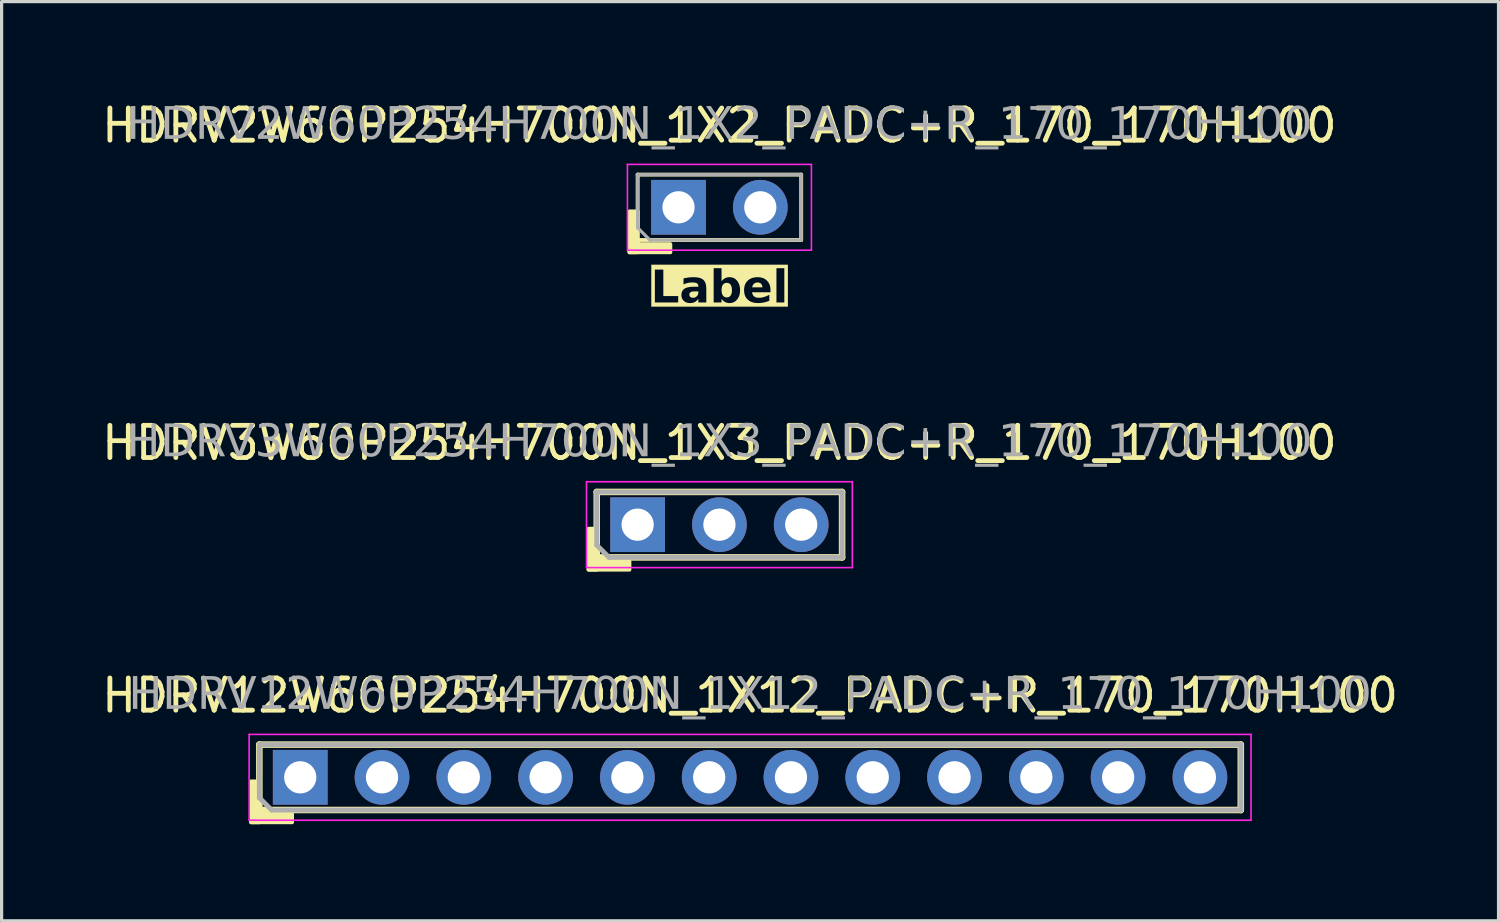
<source format=kicad_pcb>
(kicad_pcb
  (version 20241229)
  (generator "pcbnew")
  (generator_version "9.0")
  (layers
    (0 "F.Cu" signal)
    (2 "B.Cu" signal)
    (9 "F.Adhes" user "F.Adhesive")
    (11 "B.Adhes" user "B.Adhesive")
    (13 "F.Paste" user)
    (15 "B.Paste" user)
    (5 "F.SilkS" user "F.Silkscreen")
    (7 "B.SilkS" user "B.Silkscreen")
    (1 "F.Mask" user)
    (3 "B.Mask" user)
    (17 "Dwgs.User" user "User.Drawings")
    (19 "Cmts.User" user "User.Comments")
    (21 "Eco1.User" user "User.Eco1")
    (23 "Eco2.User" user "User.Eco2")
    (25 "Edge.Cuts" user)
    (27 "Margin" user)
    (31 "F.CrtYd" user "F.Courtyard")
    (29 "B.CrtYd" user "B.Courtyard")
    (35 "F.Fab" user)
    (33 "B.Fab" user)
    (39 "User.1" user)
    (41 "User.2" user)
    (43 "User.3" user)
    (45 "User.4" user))
  (footprint "HDRV12W60P254H700N_1X12_PADC+R_170_170H100"
    (layer "F.Cu")
    (at 20.244 21.09)
    (property "Reference" "HDRV12W60P254H700N_1X12_PADC+R_170_170H100" (at 0 -2.54 0) (layer "F.SilkS") (effects (font (size 1 1) (thickness 0.15))))
    (attr through_hole)
    (fp_line (start -15.24 -1.016) (end -15.24 1.27) (stroke (width 0.203) (type solid)) (layer "F.SilkS"))
    (fp_line (start -15.24 1.016) (end 15.24 1.016) (stroke (width 0.203) (type solid)) (layer "F.SilkS"))
    (fp_line (start 15.24 -1.016) (end -15.24 -1.016) (stroke (width 0.203) (type solid)) (layer "F.SilkS"))
    (fp_line (start 15.24 1.016) (end 15.24 -1.016) (stroke (width 0.203) (type solid)) (layer "F.SilkS"))
    (fp_rect (start -15.24 0.127) (end -15.494 1.397) (stroke (width 0.12) (type solid)) (fill yes) (layer "F.SilkS"))
    (fp_rect (start -14.224 1.397) (end -15.494 1.143) (stroke (width 0.12) (type solid)) (fill yes) (layer "F.SilkS"))
    (fp_line (start -15.557 1.333) (end -15.557 -1.333) (stroke (width 0.05) (type solid)) (layer "F.CrtYd"))
    (fp_line (start 15.557 -1.333) (end -15.557 -1.333) (stroke (width 0.05) (type solid)) (layer "F.CrtYd"))
    (fp_line (start 15.557 1.333) (end -15.557 1.333) (stroke (width 0.05) (type solid)) (layer "F.CrtYd"))
    (fp_line (start 15.557 1.333) (end 15.557 -1.333) (stroke (width 0.05) (type solid)) (layer "F.CrtYd"))
    (fp_line (start -15.24 -1.016) (end -15.24 0.635) (stroke (width 0.152) (type solid)) (layer "F.Fab"))
    (fp_line (start -15.24 -1.016) (end 15.24 -1.016) (stroke (width 0.152) (type solid)) (layer "F.Fab"))
    (fp_line (start -15.24 0.635) (end -14.859 1.016) (stroke (width 0.152) (type solid)) (layer "F.Fab"))
    (fp_line (start 15.24 -1.016) (end 15.24 1.016) (stroke (width 0.152) (type solid)) (layer "F.Fab"))
    (fp_line (start 15.24 1.016) (end -14.859 1.016) (stroke (width 0.152) (type solid)) (layer "F.Fab"))
    (fp_text user "${REFERENCE}" (at 0 -2.54 0) (layer "F.Fab") (effects (font (face "Tahoma") (size 1 1) (thickness 0.15))))
    (pad "1" thru_hole rect (at -13.97 0) (size 1.7 1.7) (drill 1) (layers "*.Cu" "*.Mask"))
    (pad "2" thru_hole circle (at -11.43 0) (size 1.7 1.7) (drill 1) (layers "*.Cu" "*.Mask"))
    (pad "3" thru_hole circle (at -8.89 0) (size 1.7 1.7) (drill 1) (layers "*.Cu" "*.Mask"))
    (pad "4" thru_hole circle (at -6.35 0) (size 1.7 1.7) (drill 1) (layers "*.Cu" "*.Mask"))
    (pad "5" thru_hole circle (at -3.81 0) (size 1.7 1.7) (drill 1) (layers "*.Cu" "*.Mask"))
    (pad "6" thru_hole circle (at -1.27 0) (size 1.7 1.7) (drill 1) (layers "*.Cu" "*.Mask"))
    (pad "7" thru_hole circle (at 1.27 0) (size 1.7 1.7) (drill 1) (layers "*.Cu" "*.Mask"))
    (pad "8" thru_hole circle (at 3.81 0) (size 1.7 1.7) (drill 1) (layers "*.Cu" "*.Mask"))
    (pad "9" thru_hole circle (at 6.35 0) (size 1.7 1.7) (drill 1) (layers "*.Cu" "*.Mask"))
    (pad "10" thru_hole circle (at 8.89 0) (size 1.7 1.7) (drill 1) (layers "*.Cu" "*.Mask"))
    (pad "11" thru_hole circle (at 11.43 0) (size 1.7 1.7) (drill 1) (layers "*.Cu" "*.Mask"))
    (pad "12" thru_hole circle (at 13.97 0) (size 1.7 1.7) (drill 1) (layers "*.Cu" "*.Mask")))
  (footprint "HDRV3W60P254H700N_1X3_PADC+R_170_170H100"
    (layer "F.Cu")
    (at 19.292 13.244)
    (property "Reference" "HDRV3W60P254H700N_1X3_PADC+R_170_170H100" (at 0 -2.54 0) (layer "F.SilkS") (effects (font (size 1 1) (thickness 0.15))))
    (attr through_hole)
    (fp_line (start -3.81 -1.016) (end -3.81 1.27) (stroke (width 0.203) (type solid)) (layer "F.SilkS"))
    (fp_line (start -3.81 1.016) (end 3.81 1.016) (stroke (width 0.203) (type solid)) (layer "F.SilkS"))
    (fp_line (start 3.81 -1.016) (end -3.81 -1.016) (stroke (width 0.203) (type solid)) (layer "F.SilkS"))
    (fp_line (start 3.81 1.016) (end 3.81 -1.016) (stroke (width 0.203) (type solid)) (layer "F.SilkS"))
    (fp_rect (start -3.81 0.127) (end -4.064 1.397) (stroke (width 0.12) (type solid)) (fill yes) (layer "F.SilkS"))
    (fp_rect (start -2.794 1.397) (end -4.064 1.143) (stroke (width 0.12) (type solid)) (fill yes) (layer "F.SilkS"))
    (fp_line (start -4.128 1.333) (end -4.128 -1.333) (stroke (width 0.05) (type solid)) (layer "F.CrtYd"))
    (fp_line (start 4.128 -1.333) (end -4.128 -1.333) (stroke (width 0.05) (type solid)) (layer "F.CrtYd"))
    (fp_line (start 4.128 1.333) (end -4.128 1.333) (stroke (width 0.05) (type solid)) (layer "F.CrtYd"))
    (fp_line (start 4.128 1.333) (end 4.128 -1.333) (stroke (width 0.05) (type solid)) (layer "F.CrtYd"))
    (fp_line (start -3.81 -1.016) (end -3.81 0.635) (stroke (width 0.152) (type solid)) (layer "F.Fab"))
    (fp_line (start -3.81 -1.016) (end 3.81 -1.016) (stroke (width 0.152) (type solid)) (layer "F.Fab"))
    (fp_line (start -3.81 0.635) (end -3.429 1.016) (stroke (width 0.152) (type solid)) (layer "F.Fab"))
    (fp_line (start 3.81 -1.016) (end 3.81 1.016) (stroke (width 0.152) (type solid)) (layer "F.Fab"))
    (fp_line (start 3.81 1.016) (end -3.429 1.016) (stroke (width 0.152) (type solid)) (layer "F.Fab"))
    (fp_text user "${REFERENCE}" (at 0 -2.54 0) (layer "F.Fab") (effects (font (face "Tahoma") (size 1 1) (thickness 0.15))))
    (pad "1" thru_hole rect (at -2.54 0) (size 1.7 1.7) (drill 1) (layers "*.Cu" "*.Mask"))
    (pad "2" thru_hole circle (at 0 0) (size 1.7 1.7) (drill 1) (layers "*.Cu" "*.Mask"))
    (pad "3" thru_hole circle (at 2.54 0) (size 1.7 1.7) (drill 1) (layers "*.Cu" "*.Mask")))
  (footprint "HDRV2W60P254H700N_1X2_PADC+R_170_170H100"
    (layer "F.Cu")
    (at 19.292 3.388)
    (property "Reference" "HDRV2W60P254H700N_1X2_PADC+R_170_170H100" (at 0 -2.54 0) (layer "F.SilkS") (effects (font (size 1 1) (thickness 0.15))))
    (property "Label" "Label" (at 0 2.54 0) (layer "F.SilkS" knockout) (effects (font (face "Tahoma") (size 1 1) (thickness 0.2) (bold yes))))
    (attr through_hole)
    (fp_line (start -2.54 -1.016) (end -2.54 1.27) (stroke (width 0.12) (type solid)) (layer "F.SilkS"))
    (fp_line (start -2.54 1.016) (end 2.54 1.016) (stroke (width 0.12) (type solid)) (layer "F.SilkS"))
    (fp_line (start 2.54 -1.016) (end -2.54 -1.016) (stroke (width 0.12) (type solid)) (layer "F.SilkS"))
    (fp_line (start 2.54 1.016) (end 2.54 -1.016) (stroke (width 0.12) (type solid)) (layer "F.SilkS"))
    (fp_rect (start -2.54 0.127) (end -2.794 1.397) (stroke (width 0.12) (type solid)) (fill yes) (layer "F.SilkS"))
    (fp_rect (start -1.524 1.397) (end -2.794 1.143) (stroke (width 0.12) (type solid)) (fill yes) (layer "F.SilkS"))
    (fp_line (start -2.857 1.333) (end -2.857 -1.333) (stroke (width 0.05) (type solid)) (layer "F.CrtYd"))
    (fp_line (start 2.857 -1.333) (end -2.857 -1.333) (stroke (width 0.05) (type solid)) (layer "F.CrtYd"))
    (fp_line (start 2.857 1.333) (end -2.857 1.333) (stroke (width 0.05) (type solid)) (layer "F.CrtYd"))
    (fp_line (start 2.857 1.333) (end 2.857 -1.333) (stroke (width 0.05) (type solid)) (layer "F.CrtYd"))
    (fp_line (start -2.54 -1.016) (end -2.54 0.635) (stroke (width 0.1) (type solid)) (layer "F.Fab"))
    (fp_line (start -2.54 -1.016) (end 2.54 -1.016) (stroke (width 0.1) (type solid)) (layer "F.Fab"))
    (fp_line (start -2.54 0.635) (end -2.159 1.016) (stroke (width 0.1) (type solid)) (layer "F.Fab"))
    (fp_line (start 2.54 -1.016) (end 2.54 1.016) (stroke (width 0.1) (type solid)) (layer "F.Fab"))
    (fp_line (start 2.54 1.016) (end -2.159 1.016) (stroke (width 0.1) (type solid)) (layer "F.Fab"))
    (fp_text user "${REFERENCE}" (at 0 -2.54 0) (layer "F.Fab") (effects (font (face "Tahoma") (size 1 1) (thickness 0.15))))
    (pad "1" thru_hole rect (at -1.27 0) (size 1.7 1.7) (drill 1) (layers "*.Cu" "*.Mask"))
    (pad "2" thru_hole circle (at 1.27 0) (size 1.7 1.7) (drill 1) (layers "*.Cu" "*.Mask")))
  (gr_rect
    (start -3 -3)
    (end 43.488 25.547)
    (stroke (width 0.1) (type default))
    (fill no)
    (layer "Edge.Cuts")))
</source>
